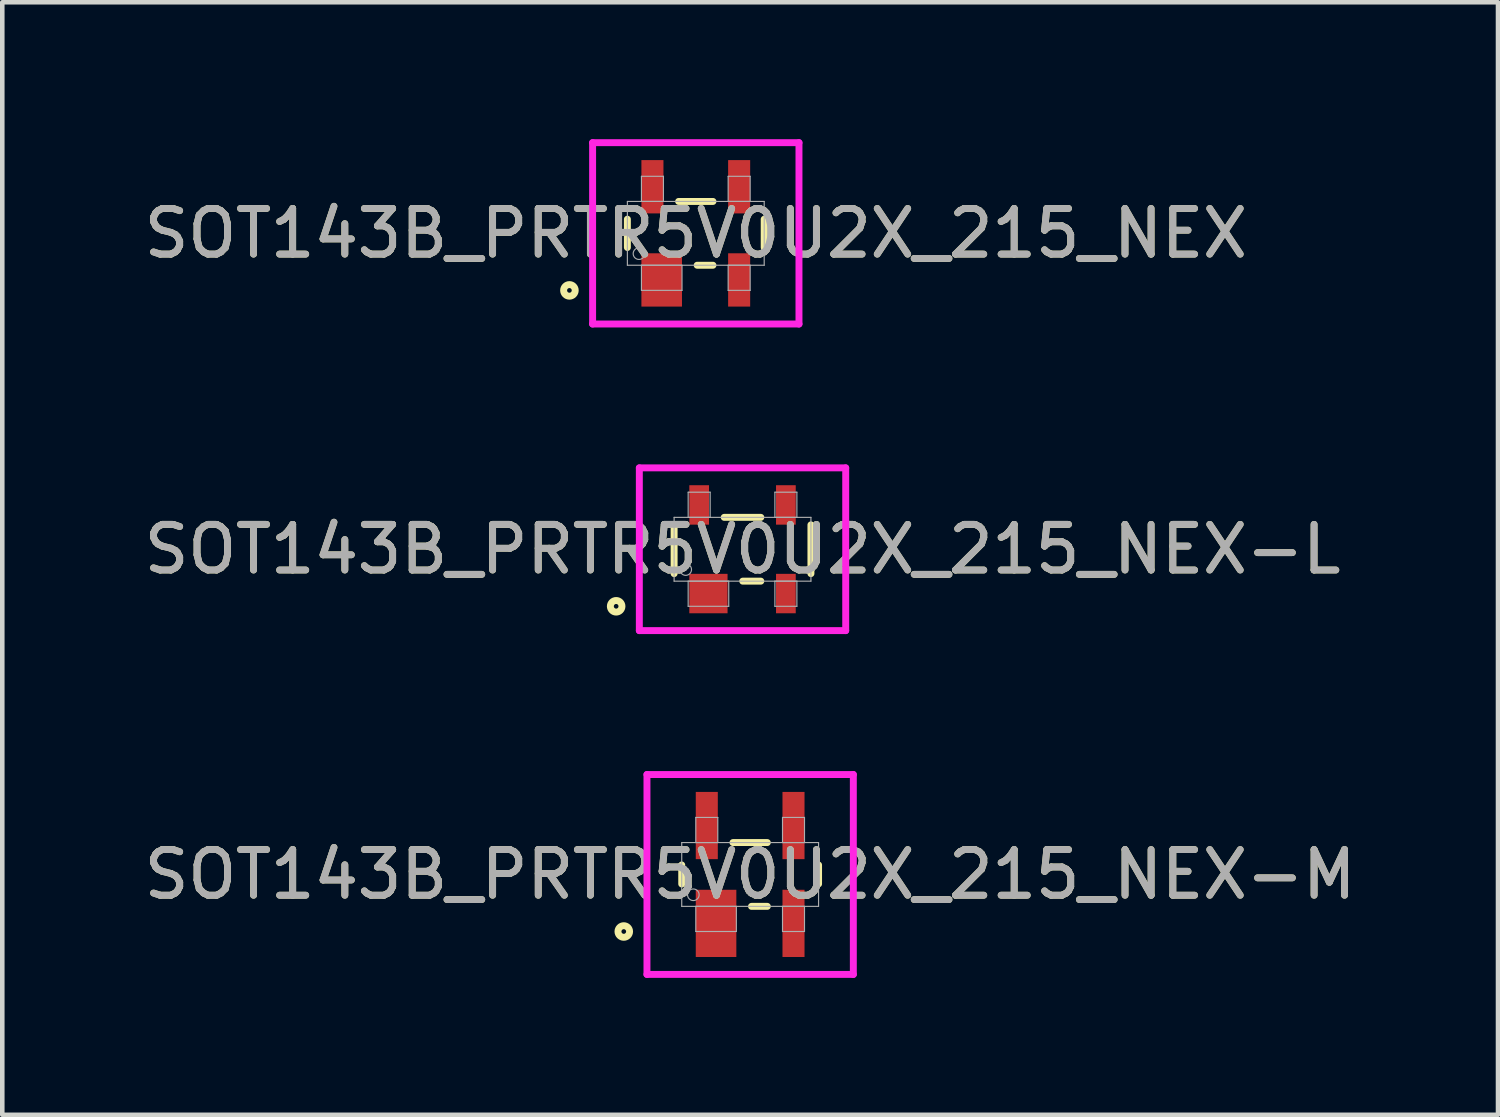
<source format=kicad_pcb>
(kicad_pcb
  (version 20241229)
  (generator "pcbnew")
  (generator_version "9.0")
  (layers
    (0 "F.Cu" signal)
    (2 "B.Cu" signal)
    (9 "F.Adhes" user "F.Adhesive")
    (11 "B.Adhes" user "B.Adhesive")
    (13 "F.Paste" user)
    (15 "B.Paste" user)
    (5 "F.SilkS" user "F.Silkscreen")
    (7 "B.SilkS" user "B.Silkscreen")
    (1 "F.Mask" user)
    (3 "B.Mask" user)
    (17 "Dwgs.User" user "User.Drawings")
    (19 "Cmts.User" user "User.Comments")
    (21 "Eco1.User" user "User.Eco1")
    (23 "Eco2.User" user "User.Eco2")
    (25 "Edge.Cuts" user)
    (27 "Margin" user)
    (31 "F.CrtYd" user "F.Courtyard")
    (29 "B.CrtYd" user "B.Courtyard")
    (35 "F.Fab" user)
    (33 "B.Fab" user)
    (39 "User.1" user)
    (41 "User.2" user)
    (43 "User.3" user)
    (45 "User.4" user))
  (footprint "SOT143B_PRTR5V0U2X_215_NEX"
    (layer "F.Cu")
    (at 12.196 2.063)
    (property "Reference" "SOT143B_PRTR5V0U2X_215_NEX" (at 0 0 0) (unlocked yes) (layer "F.SilkS") (effects (font (size 1 1) (thickness 0.15))))
    (attr smd)
    (fp_line (start -1.499 0.31) (end -1.499 -0.31) (stroke (width 0.152) (type solid)) (layer "F.SilkS"))
    (fp_line (start -0.376 -0.699) (end 0.376 -0.699) (stroke (width 0.152) (type solid)) (layer "F.SilkS"))
    (fp_line (start 0.376 0.699) (end 0.03 0.699) (stroke (width 0.152) (type solid)) (layer "F.SilkS"))
    (fp_line (start 1.499 -0.31) (end 1.499 0.31) (stroke (width 0.152) (type solid)) (layer "F.SilkS"))
    (fp_circle (center -2.769 1.25) (end -2.642 1.25) (stroke (width 0.152) (type solid)) (fill no) (layer "F.SilkS"))
    (fp_line (start -2.261 -1.987) (end 2.261 -1.987) (stroke (width 0.152) (type solid)) (layer "F.CrtYd"))
    (fp_line (start -2.261 1.987) (end -2.261 -1.987) (stroke (width 0.152) (type solid)) (layer "F.CrtYd"))
    (fp_line (start 2.261 -1.987) (end 2.261 1.987) (stroke (width 0.152) (type solid)) (layer "F.CrtYd"))
    (fp_line (start 2.261 1.987) (end -2.261 1.987) (stroke (width 0.152) (type solid)) (layer "F.CrtYd"))
    (fp_line (start -1.499 -0.699) (end 1.499 -0.699) (stroke (width 0.025) (type solid)) (layer "F.Fab"))
    (fp_line (start -1.499 0.699) (end -1.499 -0.699) (stroke (width 0.025) (type solid)) (layer "F.Fab"))
    (fp_line (start -1.191 -1.25) (end -1.191 -0.699) (stroke (width 0.025) (type solid)) (layer "F.Fab"))
    (fp_line (start -1.191 -0.699) (end -0.709 -0.699) (stroke (width 0.025) (type solid)) (layer "F.Fab"))
    (fp_line (start -1.191 0.699) (end -1.191 1.25) (stroke (width 0.025) (type solid)) (layer "F.Fab"))
    (fp_line (start -1.191 1.25) (end -0.302 1.25) (stroke (width 0.025) (type solid)) (layer "F.Fab"))
    (fp_line (start -0.709 -1.25) (end -1.191 -1.25) (stroke (width 0.025) (type solid)) (layer "F.Fab"))
    (fp_line (start -0.709 -0.699) (end -0.709 -1.25) (stroke (width 0.025) (type solid)) (layer "F.Fab"))
    (fp_line (start -0.302 0.699) (end -1.191 0.699) (stroke (width 0.025) (type solid)) (layer "F.Fab"))
    (fp_line (start -0.302 1.25) (end -0.302 0.699) (stroke (width 0.025) (type solid)) (layer "F.Fab"))
    (fp_line (start 0.709 -1.25) (end 0.709 -0.699) (stroke (width 0.025) (type solid)) (layer "F.Fab"))
    (fp_line (start 0.709 -0.699) (end 1.191 -0.699) (stroke (width 0.025) (type solid)) (layer "F.Fab"))
    (fp_line (start 0.709 0.699) (end 0.709 1.25) (stroke (width 0.025) (type solid)) (layer "F.Fab"))
    (fp_line (start 0.709 1.25) (end 1.191 1.25) (stroke (width 0.025) (type solid)) (layer "F.Fab"))
    (fp_line (start 1.191 -1.25) (end 0.709 -1.25) (stroke (width 0.025) (type solid)) (layer "F.Fab"))
    (fp_line (start 1.191 -0.699) (end 1.191 -1.25) (stroke (width 0.025) (type solid)) (layer "F.Fab"))
    (fp_line (start 1.191 0.699) (end 0.709 0.699) (stroke (width 0.025) (type solid)) (layer "F.Fab"))
    (fp_line (start 1.191 1.25) (end 1.191 0.699) (stroke (width 0.025) (type solid)) (layer "F.Fab"))
    (fp_line (start 1.499 -0.699) (end 1.499 0.699) (stroke (width 0.025) (type solid)) (layer "F.Fab"))
    (fp_line (start 1.499 0.699) (end -1.499 0.699) (stroke (width 0.025) (type solid)) (layer "F.Fab"))
    (fp_circle (center -1.245 0.445) (end -1.118 0.445) (stroke (width 0.025) (type solid)) (fill no) (layer "F.Fab"))
    (fp_text user "${REFERENCE}" (at 0 0 0) (unlocked yes) (layer "F.Fab") (effects (font (size 1 1) (thickness 0.15))))
    (pad "1" smd rect (at -0.747 1.021) (size 0.889 1.168) (layers "F.Cu" "F.Mask" "F.Paste"))
    (pad "2" smd rect (at 0.95 1.021) (size 0.483 1.168) (layers "F.Cu" "F.Mask" "F.Paste"))
    (pad "3" smd rect (at 0.95 -1.021) (size 0.483 1.168) (layers "F.Cu" "F.Mask" "F.Paste"))
    (pad "4" smd rect (at -0.95 -1.021) (size 0.483 1.168) (layers "F.Cu" "F.Mask" "F.Paste")))
  (footprint "SOT143B_PRTR5V0U2X_215_NEX-L"
    (layer "F.Cu")
    (at 13.22 8.985)
    (property "Reference" "SOT143B_PRTR5V0U2X_215_NEX-L" (at 0 0 0) (unlocked yes) (layer "F.SilkS") (effects (font (size 1 1) (thickness 0.15))))
    (attr smd)
    (fp_line (start -1.499 0.534) (end -1.499 -0.534) (stroke (width 0.152) (type solid)) (layer "F.SilkS"))
    (fp_line (start -0.401 -0.699) (end 0.401 -0.699) (stroke (width 0.152) (type solid)) (layer "F.SilkS"))
    (fp_line (start 0.401 0.699) (end 0.005 0.699) (stroke (width 0.152) (type solid)) (layer "F.SilkS"))
    (fp_line (start 1.499 -0.534) (end 1.499 0.534) (stroke (width 0.152) (type solid)) (layer "F.SilkS"))
    (fp_circle (center -2.769 1.25) (end -2.642 1.25) (stroke (width 0.152) (type solid)) (fill no) (layer "F.SilkS"))
    (fp_line (start -2.261 -1.783) (end 2.261 -1.783) (stroke (width 0.152) (type solid)) (layer "F.CrtYd"))
    (fp_line (start -2.261 1.783) (end -2.261 -1.783) (stroke (width 0.152) (type solid)) (layer "F.CrtYd"))
    (fp_line (start 2.261 -1.783) (end 2.261 1.783) (stroke (width 0.152) (type solid)) (layer "F.CrtYd"))
    (fp_line (start 2.261 1.783) (end -2.261 1.783) (stroke (width 0.152) (type solid)) (layer "F.CrtYd"))
    (fp_line (start -1.499 -0.699) (end 1.499 -0.699) (stroke (width 0.025) (type solid)) (layer "F.Fab"))
    (fp_line (start -1.499 0.699) (end -1.499 -0.699) (stroke (width 0.025) (type solid)) (layer "F.Fab"))
    (fp_line (start -1.191 -1.25) (end -1.191 -0.699) (stroke (width 0.025) (type solid)) (layer "F.Fab"))
    (fp_line (start -1.191 -0.699) (end -0.709 -0.699) (stroke (width 0.025) (type solid)) (layer "F.Fab"))
    (fp_line (start -1.191 0.699) (end -1.191 1.25) (stroke (width 0.025) (type solid)) (layer "F.Fab"))
    (fp_line (start -1.191 1.25) (end -0.302 1.25) (stroke (width 0.025) (type solid)) (layer "F.Fab"))
    (fp_line (start -0.709 -1.25) (end -1.191 -1.25) (stroke (width 0.025) (type solid)) (layer "F.Fab"))
    (fp_line (start -0.709 -0.699) (end -0.709 -1.25) (stroke (width 0.025) (type solid)) (layer "F.Fab"))
    (fp_line (start -0.302 0.699) (end -1.191 0.699) (stroke (width 0.025) (type solid)) (layer "F.Fab"))
    (fp_line (start -0.302 1.25) (end -0.302 0.699) (stroke (width 0.025) (type solid)) (layer "F.Fab"))
    (fp_line (start 0.709 -1.25) (end 0.709 -0.699) (stroke (width 0.025) (type solid)) (layer "F.Fab"))
    (fp_line (start 0.709 -0.699) (end 1.191 -0.699) (stroke (width 0.025) (type solid)) (layer "F.Fab"))
    (fp_line (start 0.709 0.699) (end 0.709 1.25) (stroke (width 0.025) (type solid)) (layer "F.Fab"))
    (fp_line (start 0.709 1.25) (end 1.191 1.25) (stroke (width 0.025) (type solid)) (layer "F.Fab"))
    (fp_line (start 1.191 -1.25) (end 0.709 -1.25) (stroke (width 0.025) (type solid)) (layer "F.Fab"))
    (fp_line (start 1.191 -0.699) (end 1.191 -1.25) (stroke (width 0.025) (type solid)) (layer "F.Fab"))
    (fp_line (start 1.191 0.699) (end 0.709 0.699) (stroke (width 0.025) (type solid)) (layer "F.Fab"))
    (fp_line (start 1.191 1.25) (end 1.191 0.699) (stroke (width 0.025) (type solid)) (layer "F.Fab"))
    (fp_line (start 1.499 -0.699) (end 1.499 0.699) (stroke (width 0.025) (type solid)) (layer "F.Fab"))
    (fp_line (start 1.499 0.699) (end -1.499 0.699) (stroke (width 0.025) (type solid)) (layer "F.Fab"))
    (fp_circle (center -1.245 0.445) (end -1.118 0.445) (stroke (width 0.025) (type solid)) (fill no) (layer "F.Fab"))
    (fp_text user "${REFERENCE}" (at 0 0 0) (unlocked yes) (layer "F.Fab") (effects (font (size 1 1) (thickness 0.15))))
    (pad "1" smd rect (at -0.747 0.971) (size 0.838 0.864) (layers "F.Cu" "F.Mask" "F.Paste"))
    (pad "2" smd rect (at 0.95 0.971) (size 0.432 0.864) (layers "F.Cu" "F.Mask" "F.Paste"))
    (pad "3" smd rect (at 0.95 -0.971) (size 0.432 0.864) (layers "F.Cu" "F.Mask" "F.Paste"))
    (pad "4" smd rect (at -0.95 -0.971) (size 0.432 0.864) (layers "F.Cu" "F.Mask" "F.Paste")))
  (footprint "SOT143B_PRTR5V0U2X_215_NEX-M"
    (layer "F.Cu")
    (at 13.387 16.111)
    (property "Reference" "SOT143B_PRTR5V0U2X_215_NEX-M" (at 0 0 0) (unlocked yes) (layer "F.SilkS") (effects (font (size 1 1) (thickness 0.15))))
    (attr smd)
    (fp_line (start -1.499 0.208) (end -1.499 -0.208) (stroke (width 0.152) (type solid)) (layer "F.SilkS"))
    (fp_line (start -0.376 -0.699) (end 0.376 -0.699) (stroke (width 0.152) (type solid)) (layer "F.SilkS"))
    (fp_line (start 0.376 0.699) (end 0.03 0.699) (stroke (width 0.152) (type solid)) (layer "F.SilkS"))
    (fp_line (start 1.499 -0.208) (end 1.499 0.208) (stroke (width 0.152) (type solid)) (layer "F.SilkS"))
    (fp_circle (center -2.769 1.25) (end -2.642 1.25) (stroke (width 0.152) (type solid)) (fill no) (layer "F.SilkS"))
    (fp_line (start -2.261 -2.19) (end 2.261 -2.19) (stroke (width 0.152) (type solid)) (layer "F.CrtYd"))
    (fp_line (start -2.261 2.19) (end -2.261 -2.19) (stroke (width 0.152) (type solid)) (layer "F.CrtYd"))
    (fp_line (start 2.261 -2.19) (end 2.261 2.19) (stroke (width 0.152) (type solid)) (layer "F.CrtYd"))
    (fp_line (start 2.261 2.19) (end -2.261 2.19) (stroke (width 0.152) (type solid)) (layer "F.CrtYd"))
    (fp_line (start -1.499 -0.699) (end 1.499 -0.699) (stroke (width 0.025) (type solid)) (layer "F.Fab"))
    (fp_line (start -1.499 0.699) (end -1.499 -0.699) (stroke (width 0.025) (type solid)) (layer "F.Fab"))
    (fp_line (start -1.191 -1.25) (end -1.191 -0.699) (stroke (width 0.025) (type solid)) (layer "F.Fab"))
    (fp_line (start -1.191 -0.699) (end -0.709 -0.699) (stroke (width 0.025) (type solid)) (layer "F.Fab"))
    (fp_line (start -1.191 0.699) (end -1.191 1.25) (stroke (width 0.025) (type solid)) (layer "F.Fab"))
    (fp_line (start -1.191 1.25) (end -0.302 1.25) (stroke (width 0.025) (type solid)) (layer "F.Fab"))
    (fp_line (start -0.709 -1.25) (end -1.191 -1.25) (stroke (width 0.025) (type solid)) (layer "F.Fab"))
    (fp_line (start -0.709 -0.699) (end -0.709 -1.25) (stroke (width 0.025) (type solid)) (layer "F.Fab"))
    (fp_line (start -0.302 0.699) (end -1.191 0.699) (stroke (width 0.025) (type solid)) (layer "F.Fab"))
    (fp_line (start -0.302 1.25) (end -0.302 0.699) (stroke (width 0.025) (type solid)) (layer "F.Fab"))
    (fp_line (start 0.709 -1.25) (end 0.709 -0.699) (stroke (width 0.025) (type solid)) (layer "F.Fab"))
    (fp_line (start 0.709 -0.699) (end 1.191 -0.699) (stroke (width 0.025) (type solid)) (layer "F.Fab"))
    (fp_line (start 0.709 0.699) (end 0.709 1.25) (stroke (width 0.025) (type solid)) (layer "F.Fab"))
    (fp_line (start 0.709 1.25) (end 1.191 1.25) (stroke (width 0.025) (type solid)) (layer "F.Fab"))
    (fp_line (start 1.191 -1.25) (end 0.709 -1.25) (stroke (width 0.025) (type solid)) (layer "F.Fab"))
    (fp_line (start 1.191 -0.699) (end 1.191 -1.25) (stroke (width 0.025) (type solid)) (layer "F.Fab"))
    (fp_line (start 1.191 0.699) (end 0.709 0.699) (stroke (width 0.025) (type solid)) (layer "F.Fab"))
    (fp_line (start 1.191 1.25) (end 1.191 0.699) (stroke (width 0.025) (type solid)) (layer "F.Fab"))
    (fp_line (start 1.499 -0.699) (end 1.499 0.699) (stroke (width 0.025) (type solid)) (layer "F.Fab"))
    (fp_line (start 1.499 0.699) (end -1.499 0.699) (stroke (width 0.025) (type solid)) (layer "F.Fab"))
    (fp_circle (center -1.245 0.445) (end -1.118 0.445) (stroke (width 0.025) (type solid)) (fill no) (layer "F.Fab"))
    (fp_text user "${REFERENCE}" (at 0 0 0) (unlocked yes) (layer "F.Fab") (effects (font (size 1 1) (thickness 0.15))))
    (pad "1" smd rect (at -0.747 1.072) (size 0.889 1.473) (layers "F.Cu" "F.Mask" "F.Paste"))
    (pad "2" smd rect (at 0.95 1.072) (size 0.483 1.473) (layers "F.Cu" "F.Mask" "F.Paste"))
    (pad "3" smd rect (at 0.95 -1.072) (size 0.483 1.473) (layers "F.Cu" "F.Mask" "F.Paste"))
    (pad "4" smd rect (at -0.95 -1.072) (size 0.483 1.473) (layers "F.Cu" "F.Mask" "F.Paste")))
  (gr_rect
    (start -3 -3)
    (end 29.774 21.377)
    (stroke (width 0.1) (type default))
    (fill no)
    (layer "Edge.Cuts")))
</source>
